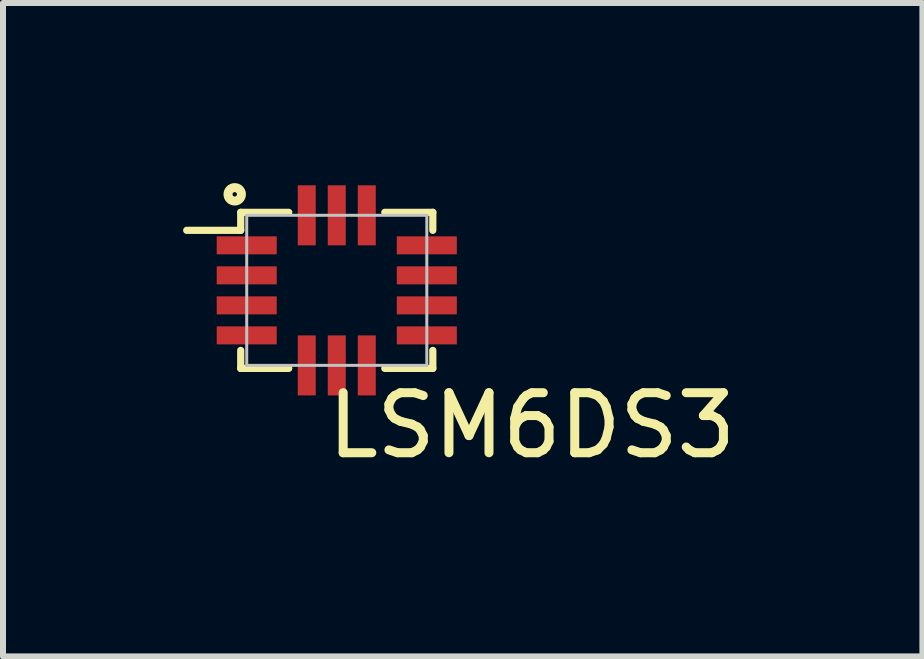
<source format=kicad_pcb>
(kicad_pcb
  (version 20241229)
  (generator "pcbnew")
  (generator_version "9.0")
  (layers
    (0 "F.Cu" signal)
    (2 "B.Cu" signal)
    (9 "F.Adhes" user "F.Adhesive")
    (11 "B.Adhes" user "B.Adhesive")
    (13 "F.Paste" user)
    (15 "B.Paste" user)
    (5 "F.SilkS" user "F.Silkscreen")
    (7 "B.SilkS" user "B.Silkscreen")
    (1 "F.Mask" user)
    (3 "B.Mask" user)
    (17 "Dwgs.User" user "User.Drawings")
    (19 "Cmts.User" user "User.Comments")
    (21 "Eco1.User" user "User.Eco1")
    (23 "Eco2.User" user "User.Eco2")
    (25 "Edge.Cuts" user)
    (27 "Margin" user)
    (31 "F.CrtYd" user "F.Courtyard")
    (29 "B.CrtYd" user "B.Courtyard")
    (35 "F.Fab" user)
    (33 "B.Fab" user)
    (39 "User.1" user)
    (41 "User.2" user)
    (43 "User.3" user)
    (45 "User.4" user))
  (footprint "LSM6DS3"
    (layer "F.Cu")
    (at 2.56 1.787)
    (property "Reference" "LSM6DS3" (at 3.25 2.25 0) (layer "F.SilkS") (effects (font (size 1 1) (thickness 0.15))))
    (attr through_hole)
    (fp_line (start -1.6 -1.3) (end -0.8 -1.3) (stroke (width 0.12) (type default)) (layer "F.SilkS"))
    (fp_line (start -1.6 -1) (end -2.5 -1) (stroke (width 0.12) (type default)) (layer "F.SilkS"))
    (fp_line (start -1.6 -1) (end -1.6 -1.3) (stroke (width 0.12) (type default)) (layer "F.SilkS"))
    (fp_line (start -1.6 1.3) (end -1.6 1) (stroke (width 0.12) (type default)) (layer "F.SilkS"))
    (fp_line (start -0.8 1.3) (end -1.6 1.3) (stroke (width 0.12) (type default)) (layer "F.SilkS"))
    (fp_line (start 0.8 -1.3) (end 1.6 -1.3) (stroke (width 0.12) (type default)) (layer "F.SilkS"))
    (fp_line (start 1.6 -1.3) (end 1.6 -1) (stroke (width 0.12) (type default)) (layer "F.SilkS"))
    (fp_line (start 1.6 1) (end 1.6 1.3) (stroke (width 0.12) (type default)) (layer "F.SilkS"))
    (fp_line (start 1.6 1.3) (end 0.8 1.3) (stroke (width 0.12) (type default)) (layer "F.SilkS"))
    (fp_circle (center -1.7 -1.6) (end -1.65 -1.5) (stroke (width 0.15) (type solid)) (fill no) (layer "F.SilkS"))
    (fp_line (start -1.5 -1.25) (end -1.5 1.25) (stroke (width 0.05) (type solid)) (layer "Dwgs.User"))
    (fp_line (start -1.5 1.25) (end 1.5 1.25) (stroke (width 0.05) (type solid)) (layer "Dwgs.User"))
    (fp_line (start 1.5 -1.25) (end -1.5 -1.25) (stroke (width 0.05) (type solid)) (layer "Dwgs.User"))
    (fp_line (start 1.5 1.25) (end 1.5 -1.25) (stroke (width 0.05) (type solid)) (layer "Dwgs.User"))
    (pad "1" smd rect (at -1.5 -0.75) (size 1 0.3) (layers "F.Cu" "F.Mask" "F.Paste"))
    (pad "2" smd rect (at -1.5 -0.25) (size 1 0.3) (layers "F.Cu" "F.Mask" "F.Paste"))
    (pad "3" smd rect (at -1.5 0.25) (size 1 0.3) (layers "F.Cu" "F.Mask" "F.Paste"))
    (pad "4" smd rect (at -1.5 0.75) (size 1 0.3) (layers "F.Cu" "F.Mask" "F.Paste"))
    (pad "5" smd rect (at -0.5 1.25) (size 0.3 1) (layers "F.Cu" "F.Mask" "F.Paste"))
    (pad "6" smd rect (at 0 1.25) (size 0.3 1) (layers "F.Cu" "F.Mask" "F.Paste"))
    (pad "7" smd rect (at 0.5 1.25) (size 0.3 1) (layers "F.Cu" "F.Mask" "F.Paste"))
    (pad "8" smd rect (at 1.5 0.75) (size 1 0.3) (layers "F.Cu" "F.Mask" "F.Paste"))
    (pad "9" smd rect (at 1.5 0.25) (size 1 0.3) (layers "F.Cu" "F.Mask" "F.Paste"))
    (pad "10" smd rect (at 1.5 -0.25) (size 1 0.3) (layers "F.Cu" "F.Mask" "F.Paste"))
    (pad "11" smd rect (at 1.5 -0.75) (size 1 0.3) (layers "F.Cu" "F.Mask" "F.Paste"))
    (pad "12" smd rect (at 0.5 -1.25) (size 0.3 1) (layers "F.Cu" "F.Mask" "F.Paste"))
    (pad "13" smd rect (at 0 -1.25) (size 0.3 1) (layers "F.Cu" "F.Mask" "F.Paste"))
    (pad "14" smd rect (at -0.5 -1.25) (size 0.3 1) (layers "F.Cu" "F.Mask" "F.Paste")))
  (gr_rect
    (start -3 -3)
    (end 12.316 7.885)
    (stroke (width 0.1) (type default))
    (fill no)
    (layer "Edge.Cuts")))
</source>
